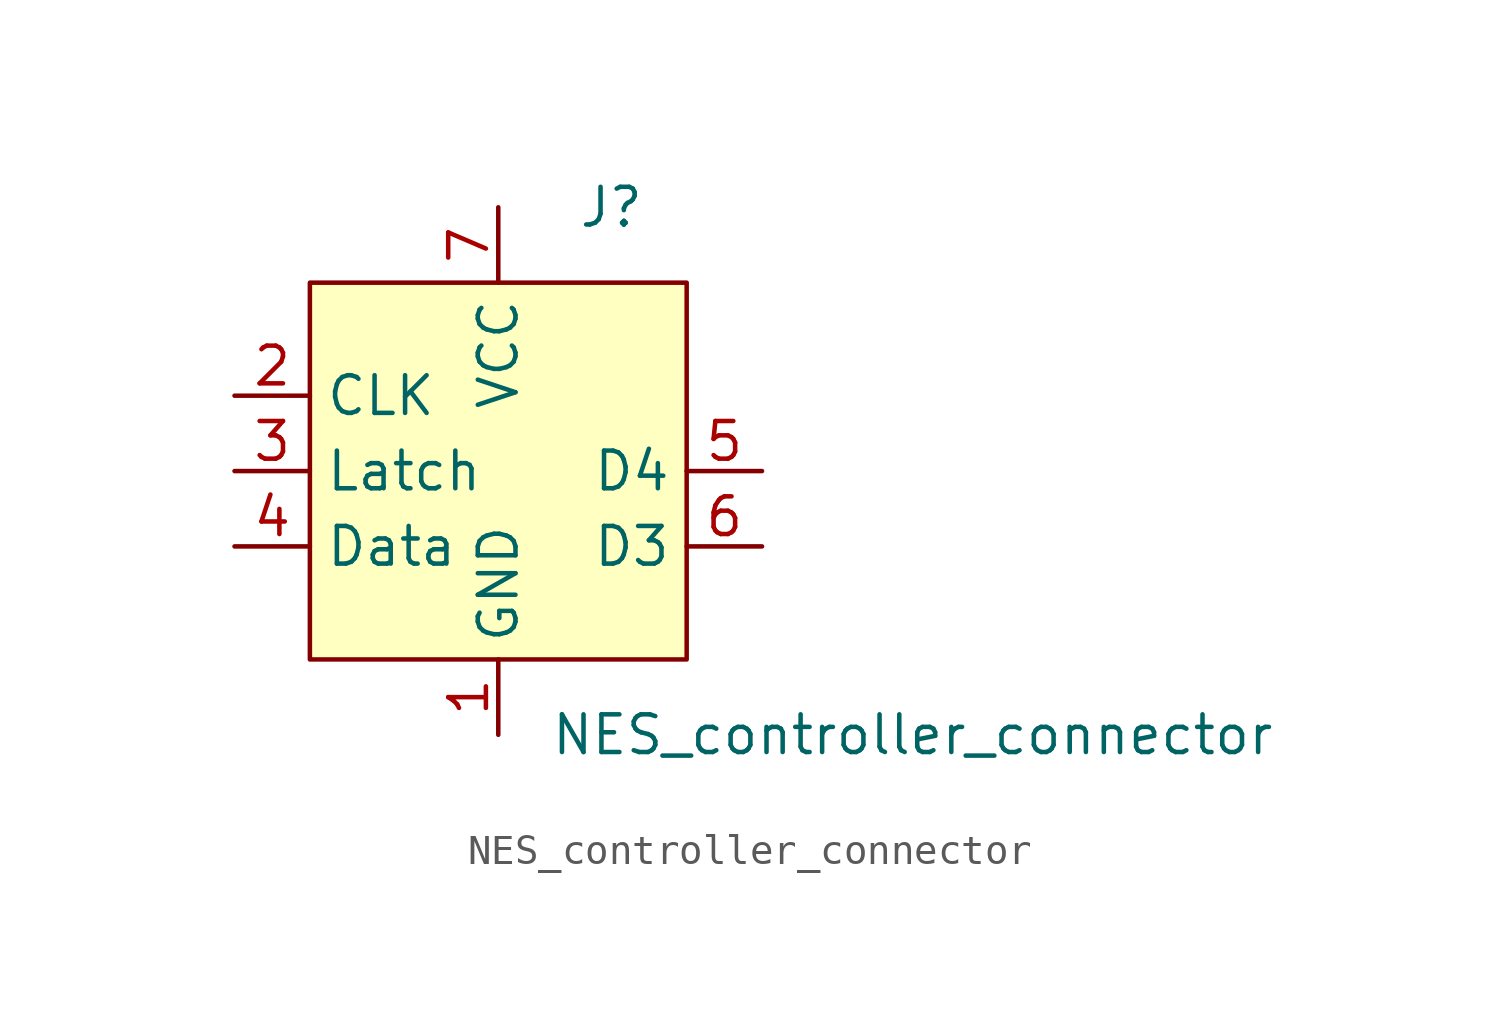
<source format=kicad_sym>
(kicad_symbol_lib
  (version 20210619)
  (generator kicad_symbol_editor)
  (symbol "Neopixel_pico_arcade:NES_controller_connector"
    (property "Reference" "J"
      (at 3.81 8.89 0)
      (effects (font (size 1.27 1.27))))
    (property "Value" "NES_controller_connector"
      (at 13.97 -8.89 0)
      (effects (font (size 1.27 1.27))))
    (symbol "NES_controller_connector_0_0"
      (pin power_in line (at 0 -8.89 90) (length 2.54) (name "GND" (effects (font (size 1.27 1.27)))) (number "1" (effects (font (size 1.27 1.27)))))
      (pin input line (at -8.89 2.54 0) (length 2.54) (name "CLK" (effects (font (size 1.27 1.27)))) (number "2" (effects (font (size 1.27 1.27)))))
      (pin input line (at -8.89 0 0) (length 2.54) (name "Latch" (effects (font (size 1.27 1.27)))) (number "3" (effects (font (size 1.27 1.27)))))
      (pin output line (at -8.89 -2.54 0) (length 2.54) (name "Data" (effects (font (size 1.27 1.27)))) (number "4" (effects (font (size 1.27 1.27)))))
      (pin unspecified line (at 8.89 0 180) (length 2.54) (name "D4" (effects (font (size 1.27 1.27)))) (number "5" (effects (font (size 1.27 1.27)))))
      (pin unspecified line (at 8.89 -2.54 180) (length 2.54) (name "D3" (effects (font (size 1.27 1.27)))) (number "6" (effects (font (size 1.27 1.27)))))
      (pin power_in line (at 0 8.89 270) (length 2.54) (name "VCC" (effects (font (size 1.27 1.27)))) (number "7" (effects (font (size 1.27 1.27))))))
    (symbol "NES_controller_connector_0_1"
      (rectangle (start -6.35 6.35) (end 6.35 -6.35) (stroke (width 0.152)) (fill (type background))))))
</source>
